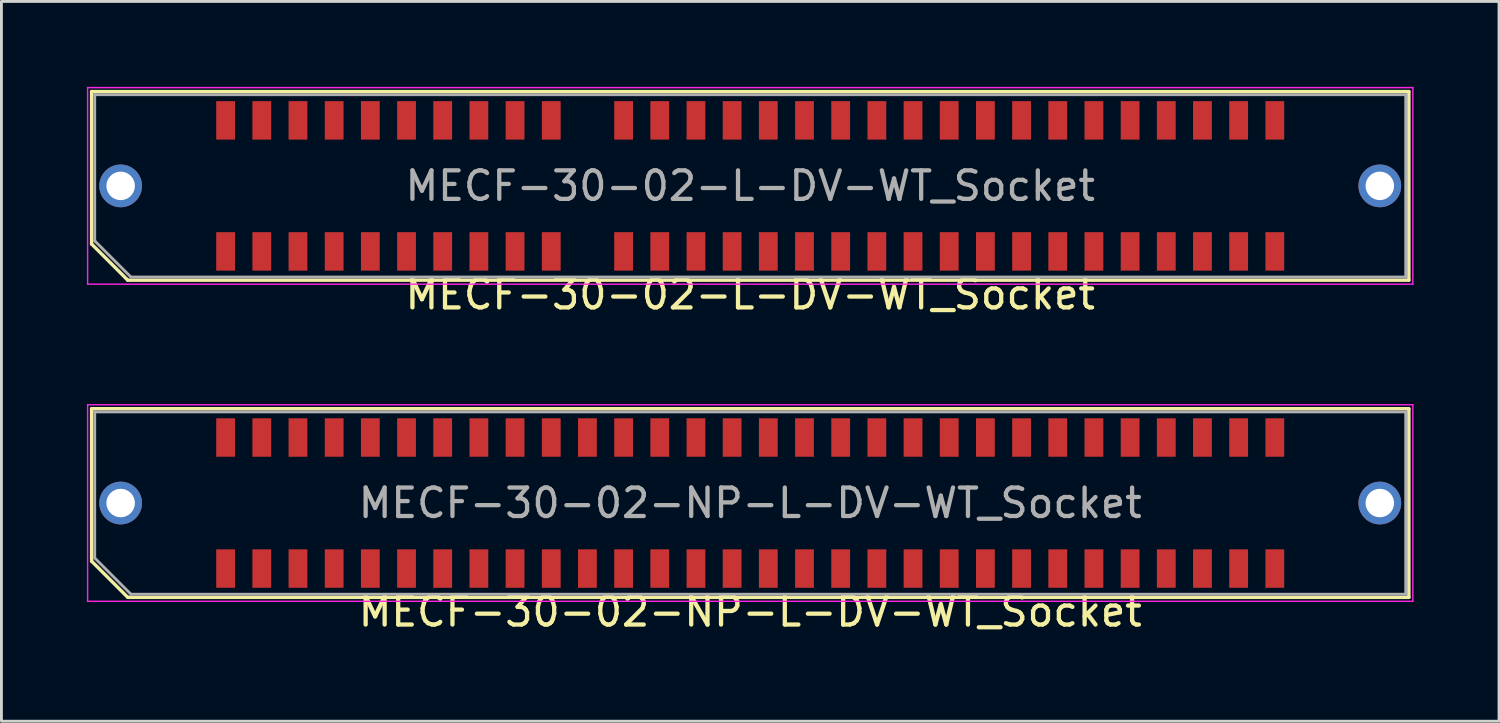
<source format=kicad_pcb>
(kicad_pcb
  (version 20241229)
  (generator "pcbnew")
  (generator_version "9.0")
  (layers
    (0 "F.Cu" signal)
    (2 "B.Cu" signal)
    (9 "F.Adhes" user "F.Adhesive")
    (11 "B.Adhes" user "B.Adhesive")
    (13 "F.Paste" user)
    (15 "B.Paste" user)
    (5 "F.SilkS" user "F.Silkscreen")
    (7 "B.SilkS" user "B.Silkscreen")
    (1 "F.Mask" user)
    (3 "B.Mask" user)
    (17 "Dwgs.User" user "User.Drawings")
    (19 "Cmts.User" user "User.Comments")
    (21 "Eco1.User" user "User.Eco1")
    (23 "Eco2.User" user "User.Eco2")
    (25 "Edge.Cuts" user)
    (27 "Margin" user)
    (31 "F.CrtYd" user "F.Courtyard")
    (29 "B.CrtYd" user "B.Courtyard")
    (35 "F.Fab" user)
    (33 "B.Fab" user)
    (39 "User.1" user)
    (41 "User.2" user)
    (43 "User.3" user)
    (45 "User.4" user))
  (footprint "MECF-30-02-NP-L-DV-WT_Socket"
    (layer "F.Cu")
    (at 23.285 14.608)
    (property "Reference" "MECF-30-02-NP-L-DV-WT_Socket" (at 0 3.81 0) (layer "F.SilkS") (effects (font (size 1 1) (thickness 0.15))))
    (attr smd)
    (fp_line (start -23.12 -3.31) (end 23.12 -3.31) (stroke (width 0.12) (type solid)) (layer "F.SilkS"))
    (fp_line (start -23.12 2.04) (end -23.12 -3.31) (stroke (width 0.12) (type solid)) (layer "F.SilkS"))
    (fp_line (start -21.85 3.31) (end -23.12 2.04) (stroke (width 0.12) (type solid)) (layer "F.SilkS"))
    (fp_line (start -21.85 3.31) (end 23.12 3.31) (stroke (width 0.12) (type solid)) (layer "F.SilkS"))
    (fp_line (start 23.12 3.31) (end 23.12 -3.31) (stroke (width 0.12) (type solid)) (layer "F.SilkS"))
    (fp_line (start -23.26 -3.45) (end -23.26 3.45) (stroke (width 0.05) (type solid)) (layer "F.CrtYd"))
    (fp_line (start -23.26 3.45) (end 23.26 3.45) (stroke (width 0.05) (type solid)) (layer "F.CrtYd"))
    (fp_line (start 23.26 -3.45) (end -23.26 -3.45) (stroke (width 0.05) (type solid)) (layer "F.CrtYd"))
    (fp_line (start 23.26 3.45) (end 23.26 -3.45) (stroke (width 0.05) (type solid)) (layer "F.CrtYd"))
    (fp_line (start -23.01 -3.2) (end 23.01 -3.2) (stroke (width 0.1) (type solid)) (layer "F.Fab"))
    (fp_line (start -23.01 1.93) (end -23.01 -3.2) (stroke (width 0.1) (type solid)) (layer "F.Fab"))
    (fp_line (start -23.01 1.93) (end -21.74 3.2) (stroke (width 0.1) (type solid)) (layer "F.Fab"))
    (fp_line (start -21.74 3.2) (end 23.01 3.2) (stroke (width 0.1) (type solid)) (layer "F.Fab"))
    (fp_line (start 23.01 3.2) (end 23.01 -3.2) (stroke (width 0.1) (type solid)) (layer "F.Fab"))
    (fp_text user "${REFERENCE}" (at 0 0 0) (layer "F.Fab") (effects (font (size 1 1) (thickness 0.15))))
    (pad "" thru_hole circle (at -22.1 0) (size 1.5 1.5) (drill 1) (layers "*.Cu" "*.Mask"))
    (pad "" np_thru_hole circle (at -20.195 0) (size 0.001 0.001) (drill 1.45) (layers "*.Cu" "*.Mask"))
    (pad "" np_thru_hole circle (at 20.195 1) (size 0.001 0.001) (drill 1.45) (layers "*.Cu" "*.Mask"))
    (pad "" thru_hole circle (at 22.1 0) (size 1.5 1.5) (drill 1) (layers "*.Cu" "*.Mask"))
    (pad "1" smd rect (at -18.415 2.3) (size 0.66 1.35) (layers "F.Cu" "F.Mask" "F.Paste"))
    (pad "2" smd rect (at -18.415 -2.3) (size 0.66 1.35) (layers "F.Cu" "F.Mask" "F.Paste"))
    (pad "3" smd rect (at -17.145 2.3) (size 0.66 1.35) (layers "F.Cu" "F.Mask" "F.Paste"))
    (pad "4" smd rect (at -17.145 -2.3) (size 0.66 1.35) (layers "F.Cu" "F.Mask" "F.Paste"))
    (pad "5" smd rect (at -15.875 2.3) (size 0.66 1.35) (layers "F.Cu" "F.Mask" "F.Paste"))
    (pad "6" smd rect (at -15.875 -2.3) (size 0.66 1.35) (layers "F.Cu" "F.Mask" "F.Paste"))
    (pad "7" smd rect (at -14.605 2.3) (size 0.66 1.35) (layers "F.Cu" "F.Mask" "F.Paste"))
    (pad "8" smd rect (at -14.605 -2.3) (size 0.66 1.35) (layers "F.Cu" "F.Mask" "F.Paste"))
    (pad "9" smd rect (at -13.335 2.3) (size 0.66 1.35) (layers "F.Cu" "F.Mask" "F.Paste"))
    (pad "10" smd rect (at -13.335 -2.3) (size 0.66 1.35) (layers "F.Cu" "F.Mask" "F.Paste"))
    (pad "11" smd rect (at -12.065 2.3) (size 0.66 1.35) (layers "F.Cu" "F.Mask" "F.Paste"))
    (pad "12" smd rect (at -12.065 -2.3) (size 0.66 1.35) (layers "F.Cu" "F.Mask" "F.Paste"))
    (pad "13" smd rect (at -10.795 2.3) (size 0.66 1.35) (layers "F.Cu" "F.Mask" "F.Paste"))
    (pad "14" smd rect (at -10.795 -2.3) (size 0.66 1.35) (layers "F.Cu" "F.Mask" "F.Paste"))
    (pad "15" smd rect (at -9.525 2.3) (size 0.66 1.35) (layers "F.Cu" "F.Mask" "F.Paste"))
    (pad "16" smd rect (at -9.525 -2.3) (size 0.66 1.35) (layers "F.Cu" "F.Mask" "F.Paste"))
    (pad "17" smd rect (at -8.255 2.3) (size 0.66 1.35) (layers "F.Cu" "F.Mask" "F.Paste"))
    (pad "18" smd rect (at -8.255 -2.3) (size 0.66 1.35) (layers "F.Cu" "F.Mask" "F.Paste"))
    (pad "19" smd rect (at -6.985 2.3) (size 0.66 1.35) (layers "F.Cu" "F.Mask" "F.Paste"))
    (pad "20" smd rect (at -6.985 -2.3) (size 0.66 1.35) (layers "F.Cu" "F.Mask" "F.Paste"))
    (pad "21" smd rect (at -5.715 2.3) (size 0.66 1.35) (layers "F.Cu" "F.Mask" "F.Paste"))
    (pad "22" smd rect (at -5.715 -2.3) (size 0.66 1.35) (layers "F.Cu" "F.Mask" "F.Paste"))
    (pad "23" smd rect (at -4.445 2.3) (size 0.66 1.35) (layers "F.Cu" "F.Mask" "F.Paste"))
    (pad "24" smd rect (at -4.445 -2.3) (size 0.66 1.35) (layers "F.Cu" "F.Mask" "F.Paste"))
    (pad "25" smd rect (at -3.175 2.3) (size 0.66 1.35) (layers "F.Cu" "F.Mask" "F.Paste"))
    (pad "26" smd rect (at -3.175 -2.3) (size 0.66 1.35) (layers "F.Cu" "F.Mask" "F.Paste"))
    (pad "27" smd rect (at -1.905 2.3) (size 0.66 1.35) (layers "F.Cu" "F.Mask" "F.Paste"))
    (pad "28" smd rect (at -1.905 -2.3) (size 0.66 1.35) (layers "F.Cu" "F.Mask" "F.Paste"))
    (pad "29" smd rect (at -0.635 2.3) (size 0.66 1.35) (layers "F.Cu" "F.Mask" "F.Paste"))
    (pad "30" smd rect (at -0.635 -2.3) (size 0.66 1.35) (layers "F.Cu" "F.Mask" "F.Paste"))
    (pad "31" smd rect (at 0.635 2.3) (size 0.66 1.35) (layers "F.Cu" "F.Mask" "F.Paste"))
    (pad "32" smd rect (at 0.635 -2.3) (size 0.66 1.35) (layers "F.Cu" "F.Mask" "F.Paste"))
    (pad "33" smd rect (at 1.905 2.3) (size 0.66 1.35) (layers "F.Cu" "F.Mask" "F.Paste"))
    (pad "34" smd rect (at 1.905 -2.3) (size 0.66 1.35) (layers "F.Cu" "F.Mask" "F.Paste"))
    (pad "35" smd rect (at 3.175 2.3) (size 0.66 1.35) (layers "F.Cu" "F.Mask" "F.Paste"))
    (pad "36" smd rect (at 3.175 -2.3) (size 0.66 1.35) (layers "F.Cu" "F.Mask" "F.Paste"))
    (pad "37" smd rect (at 4.445 2.3) (size 0.66 1.35) (layers "F.Cu" "F.Mask" "F.Paste"))
    (pad "38" smd rect (at 4.445 -2.3) (size 0.66 1.35) (layers "F.Cu" "F.Mask" "F.Paste"))
    (pad "39" smd rect (at 5.715 2.3) (size 0.66 1.35) (layers "F.Cu" "F.Mask" "F.Paste"))
    (pad "40" smd rect (at 5.715 -2.3) (size 0.66 1.35) (layers "F.Cu" "F.Mask" "F.Paste"))
    (pad "41" smd rect (at 6.985 2.3) (size 0.66 1.35) (layers "F.Cu" "F.Mask" "F.Paste"))
    (pad "42" smd rect (at 6.985 -2.3) (size 0.66 1.35) (layers "F.Cu" "F.Mask" "F.Paste"))
    (pad "43" smd rect (at 8.255 2.3) (size 0.66 1.35) (layers "F.Cu" "F.Mask" "F.Paste"))
    (pad "44" smd rect (at 8.255 -2.3) (size 0.66 1.35) (layers "F.Cu" "F.Mask" "F.Paste"))
    (pad "45" smd rect (at 9.525 2.3) (size 0.66 1.35) (layers "F.Cu" "F.Mask" "F.Paste"))
    (pad "46" smd rect (at 9.525 -2.3) (size 0.66 1.35) (layers "F.Cu" "F.Mask" "F.Paste"))
    (pad "47" smd rect (at 10.795 2.3) (size 0.66 1.35) (layers "F.Cu" "F.Mask" "F.Paste"))
    (pad "48" smd rect (at 10.795 -2.3) (size 0.66 1.35) (layers "F.Cu" "F.Mask" "F.Paste"))
    (pad "49" smd rect (at 12.065 2.3) (size 0.66 1.35) (layers "F.Cu" "F.Mask" "F.Paste"))
    (pad "50" smd rect (at 12.065 -2.3) (size 0.66 1.35) (layers "F.Cu" "F.Mask" "F.Paste"))
    (pad "51" smd rect (at 13.335 2.3) (size 0.66 1.35) (layers "F.Cu" "F.Mask" "F.Paste"))
    (pad "52" smd rect (at 13.335 -2.3) (size 0.66 1.35) (layers "F.Cu" "F.Mask" "F.Paste"))
    (pad "53" smd rect (at 14.605 2.3) (size 0.66 1.35) (layers "F.Cu" "F.Mask" "F.Paste"))
    (pad "54" smd rect (at 14.605 -2.3) (size 0.66 1.35) (layers "F.Cu" "F.Mask" "F.Paste"))
    (pad "55" smd rect (at 15.875 2.3) (size 0.66 1.35) (layers "F.Cu" "F.Mask" "F.Paste"))
    (pad "56" smd rect (at 15.875 -2.3) (size 0.66 1.35) (layers "F.Cu" "F.Mask" "F.Paste"))
    (pad "57" smd rect (at 17.145 2.3) (size 0.66 1.35) (layers "F.Cu" "F.Mask" "F.Paste"))
    (pad "58" smd rect (at 17.145 -2.3) (size 0.66 1.35) (layers "F.Cu" "F.Mask" "F.Paste"))
    (pad "59" smd rect (at 18.415 2.3) (size 0.66 1.35) (layers "F.Cu" "F.Mask" "F.Paste"))
    (pad "60" smd rect (at 18.415 -2.3) (size 0.66 1.35) (layers "F.Cu" "F.Mask" "F.Paste")))
  (footprint "MECF-30-02-L-DV-WT_Socket"
    (layer "F.Cu")
    (at 23.285 3.475)
    (property "Reference" "MECF-30-02-L-DV-WT_Socket" (at 0 3.81 0) (layer "F.SilkS") (effects (font (size 1 1) (thickness 0.15))))
    (attr smd)
    (fp_line (start -23.12 -3.31) (end 23.12 -3.31) (stroke (width 0.12) (type solid)) (layer "F.SilkS"))
    (fp_line (start -23.12 2.04) (end -23.12 -3.31) (stroke (width 0.12) (type solid)) (layer "F.SilkS"))
    (fp_line (start -21.85 3.31) (end -23.12 2.04) (stroke (width 0.12) (type solid)) (layer "F.SilkS"))
    (fp_line (start -21.85 3.31) (end 23.12 3.31) (stroke (width 0.12) (type solid)) (layer "F.SilkS"))
    (fp_line (start 23.12 3.31) (end 23.12 -3.31) (stroke (width 0.12) (type solid)) (layer "F.SilkS"))
    (fp_line (start -23.26 -3.45) (end -23.26 3.45) (stroke (width 0.05) (type solid)) (layer "F.CrtYd"))
    (fp_line (start -23.26 3.45) (end 23.26 3.45) (stroke (width 0.05) (type solid)) (layer "F.CrtYd"))
    (fp_line (start 23.26 -3.45) (end -23.26 -3.45) (stroke (width 0.05) (type solid)) (layer "F.CrtYd"))
    (fp_line (start 23.26 3.45) (end 23.26 -3.45) (stroke (width 0.05) (type solid)) (layer "F.CrtYd"))
    (fp_line (start -23.01 -3.2) (end 23.01 -3.2) (stroke (width 0.1) (type solid)) (layer "F.Fab"))
    (fp_line (start -23.01 1.93) (end -23.01 -3.2) (stroke (width 0.1) (type solid)) (layer "F.Fab"))
    (fp_line (start -23.01 1.93) (end -21.74 3.2) (stroke (width 0.1) (type solid)) (layer "F.Fab"))
    (fp_line (start -21.74 3.2) (end 23.01 3.2) (stroke (width 0.1) (type solid)) (layer "F.Fab"))
    (fp_line (start 23.01 3.2) (end 23.01 -3.2) (stroke (width 0.1) (type solid)) (layer "F.Fab"))
    (fp_text user "${REFERENCE}" (at 0 0 0) (layer "F.Fab") (effects (font (size 1 1) (thickness 0.15))))
    (pad "" thru_hole circle (at -22.1 0) (size 1.5 1.5) (drill 1) (layers "*.Cu" "*.Mask"))
    (pad "" np_thru_hole circle (at -20.195 0) (size 0.001 0.001) (drill 1.45) (layers "*.Cu" "*.Mask"))
    (pad "" np_thru_hole circle (at 20.195 1) (size 0.001 0.001) (drill 1.45) (layers "*.Cu" "*.Mask"))
    (pad "" thru_hole circle (at 22.1 0) (size 1.5 1.5) (drill 1) (layers "*.Cu" "*.Mask"))
    (pad "1" smd rect (at -18.415 2.3) (size 0.66 1.35) (layers "F.Cu" "F.Mask" "F.Paste"))
    (pad "2" smd rect (at -18.415 -2.3) (size 0.66 1.35) (layers "F.Cu" "F.Mask" "F.Paste"))
    (pad "3" smd rect (at -17.145 2.3) (size 0.66 1.35) (layers "F.Cu" "F.Mask" "F.Paste"))
    (pad "4" smd rect (at -17.145 -2.3) (size 0.66 1.35) (layers "F.Cu" "F.Mask" "F.Paste"))
    (pad "5" smd rect (at -15.875 2.3) (size 0.66 1.35) (layers "F.Cu" "F.Mask" "F.Paste"))
    (pad "6" smd rect (at -15.875 -2.3) (size 0.66 1.35) (layers "F.Cu" "F.Mask" "F.Paste"))
    (pad "7" smd rect (at -14.605 2.3) (size 0.66 1.35) (layers "F.Cu" "F.Mask" "F.Paste"))
    (pad "8" smd rect (at -14.605 -2.3) (size 0.66 1.35) (layers "F.Cu" "F.Mask" "F.Paste"))
    (pad "9" smd rect (at -13.335 2.3) (size 0.66 1.35) (layers "F.Cu" "F.Mask" "F.Paste"))
    (pad "10" smd rect (at -13.335 -2.3) (size 0.66 1.35) (layers "F.Cu" "F.Mask" "F.Paste"))
    (pad "11" smd rect (at -12.065 2.3) (size 0.66 1.35) (layers "F.Cu" "F.Mask" "F.Paste"))
    (pad "12" smd rect (at -12.065 -2.3) (size 0.66 1.35) (layers "F.Cu" "F.Mask" "F.Paste"))
    (pad "13" smd rect (at -10.795 2.3) (size 0.66 1.35) (layers "F.Cu" "F.Mask" "F.Paste"))
    (pad "14" smd rect (at -10.795 -2.3) (size 0.66 1.35) (layers "F.Cu" "F.Mask" "F.Paste"))
    (pad "15" smd rect (at -9.525 2.3) (size 0.66 1.35) (layers "F.Cu" "F.Mask" "F.Paste"))
    (pad "16" smd rect (at -9.525 -2.3) (size 0.66 1.35) (layers "F.Cu" "F.Mask" "F.Paste"))
    (pad "17" smd rect (at -8.255 2.3) (size 0.66 1.35) (layers "F.Cu" "F.Mask" "F.Paste"))
    (pad "18" smd rect (at -8.255 -2.3) (size 0.66 1.35) (layers "F.Cu" "F.Mask" "F.Paste"))
    (pad "19" smd rect (at -6.985 2.3) (size 0.66 1.35) (layers "F.Cu" "F.Mask" "F.Paste"))
    (pad "20" smd rect (at -6.985 -2.3) (size 0.66 1.35) (layers "F.Cu" "F.Mask" "F.Paste"))
    (pad "23" smd rect (at -4.445 2.3) (size 0.66 1.35) (layers "F.Cu" "F.Mask" "F.Paste"))
    (pad "24" smd rect (at -4.445 -2.3) (size 0.66 1.35) (layers "F.Cu" "F.Mask" "F.Paste"))
    (pad "25" smd rect (at -3.175 2.3) (size 0.66 1.35) (layers "F.Cu" "F.Mask" "F.Paste"))
    (pad "26" smd rect (at -3.175 -2.3) (size 0.66 1.35) (layers "F.Cu" "F.Mask" "F.Paste"))
    (pad "27" smd rect (at -1.905 2.3) (size 0.66 1.35) (layers "F.Cu" "F.Mask" "F.Paste"))
    (pad "28" smd rect (at -1.905 -2.3) (size 0.66 1.35) (layers "F.Cu" "F.Mask" "F.Paste"))
    (pad "29" smd rect (at -0.635 2.3) (size 0.66 1.35) (layers "F.Cu" "F.Mask" "F.Paste"))
    (pad "30" smd rect (at -0.635 -2.3) (size 0.66 1.35) (layers "F.Cu" "F.Mask" "F.Paste"))
    (pad "31" smd rect (at 0.635 2.3) (size 0.66 1.35) (layers "F.Cu" "F.Mask" "F.Paste"))
    (pad "32" smd rect (at 0.635 -2.3) (size 0.66 1.35) (layers "F.Cu" "F.Mask" "F.Paste"))
    (pad "33" smd rect (at 1.905 2.3) (size 0.66 1.35) (layers "F.Cu" "F.Mask" "F.Paste"))
    (pad "34" smd rect (at 1.905 -2.3) (size 0.66 1.35) (layers "F.Cu" "F.Mask" "F.Paste"))
    (pad "35" smd rect (at 3.175 2.3) (size 0.66 1.35) (layers "F.Cu" "F.Mask" "F.Paste"))
    (pad "36" smd rect (at 3.175 -2.3) (size 0.66 1.35) (layers "F.Cu" "F.Mask" "F.Paste"))
    (pad "37" smd rect (at 4.445 2.3) (size 0.66 1.35) (layers "F.Cu" "F.Mask" "F.Paste"))
    (pad "38" smd rect (at 4.445 -2.3) (size 0.66 1.35) (layers "F.Cu" "F.Mask" "F.Paste"))
    (pad "39" smd rect (at 5.715 2.3) (size 0.66 1.35) (layers "F.Cu" "F.Mask" "F.Paste"))
    (pad "40" smd rect (at 5.715 -2.3) (size 0.66 1.35) (layers "F.Cu" "F.Mask" "F.Paste"))
    (pad "41" smd rect (at 6.985 2.3) (size 0.66 1.35) (layers "F.Cu" "F.Mask" "F.Paste"))
    (pad "42" smd rect (at 6.985 -2.3) (size 0.66 1.35) (layers "F.Cu" "F.Mask" "F.Paste"))
    (pad "43" smd rect (at 8.255 2.3) (size 0.66 1.35) (layers "F.Cu" "F.Mask" "F.Paste"))
    (pad "44" smd rect (at 8.255 -2.3) (size 0.66 1.35) (layers "F.Cu" "F.Mask" "F.Paste"))
    (pad "45" smd rect (at 9.525 2.3) (size 0.66 1.35) (layers "F.Cu" "F.Mask" "F.Paste"))
    (pad "46" smd rect (at 9.525 -2.3) (size 0.66 1.35) (layers "F.Cu" "F.Mask" "F.Paste"))
    (pad "47" smd rect (at 10.795 2.3) (size 0.66 1.35) (layers "F.Cu" "F.Mask" "F.Paste"))
    (pad "48" smd rect (at 10.795 -2.3) (size 0.66 1.35) (layers "F.Cu" "F.Mask" "F.Paste"))
    (pad "49" smd rect (at 12.065 2.3) (size 0.66 1.35) (layers "F.Cu" "F.Mask" "F.Paste"))
    (pad "50" smd rect (at 12.065 -2.3) (size 0.66 1.35) (layers "F.Cu" "F.Mask" "F.Paste"))
    (pad "51" smd rect (at 13.335 2.3) (size 0.66 1.35) (layers "F.Cu" "F.Mask" "F.Paste"))
    (pad "52" smd rect (at 13.335 -2.3) (size 0.66 1.35) (layers "F.Cu" "F.Mask" "F.Paste"))
    (pad "53" smd rect (at 14.605 2.3) (size 0.66 1.35) (layers "F.Cu" "F.Mask" "F.Paste"))
    (pad "54" smd rect (at 14.605 -2.3) (size 0.66 1.35) (layers "F.Cu" "F.Mask" "F.Paste"))
    (pad "55" smd rect (at 15.875 2.3) (size 0.66 1.35) (layers "F.Cu" "F.Mask" "F.Paste"))
    (pad "56" smd rect (at 15.875 -2.3) (size 0.66 1.35) (layers "F.Cu" "F.Mask" "F.Paste"))
    (pad "57" smd rect (at 17.145 2.3) (size 0.66 1.35) (layers "F.Cu" "F.Mask" "F.Paste"))
    (pad "58" smd rect (at 17.145 -2.3) (size 0.66 1.35) (layers "F.Cu" "F.Mask" "F.Paste"))
    (pad "59" smd rect (at 18.415 2.3) (size 0.66 1.35) (layers "F.Cu" "F.Mask" "F.Paste"))
    (pad "60" smd rect (at 18.415 -2.3) (size 0.66 1.35) (layers "F.Cu" "F.Mask" "F.Paste")))
  (gr_rect
    (start -3 -3)
    (end 49.57 22.267)
    (stroke (width 0.1) (type default))
    (fill no)
    (layer "Edge.Cuts")))
</source>
